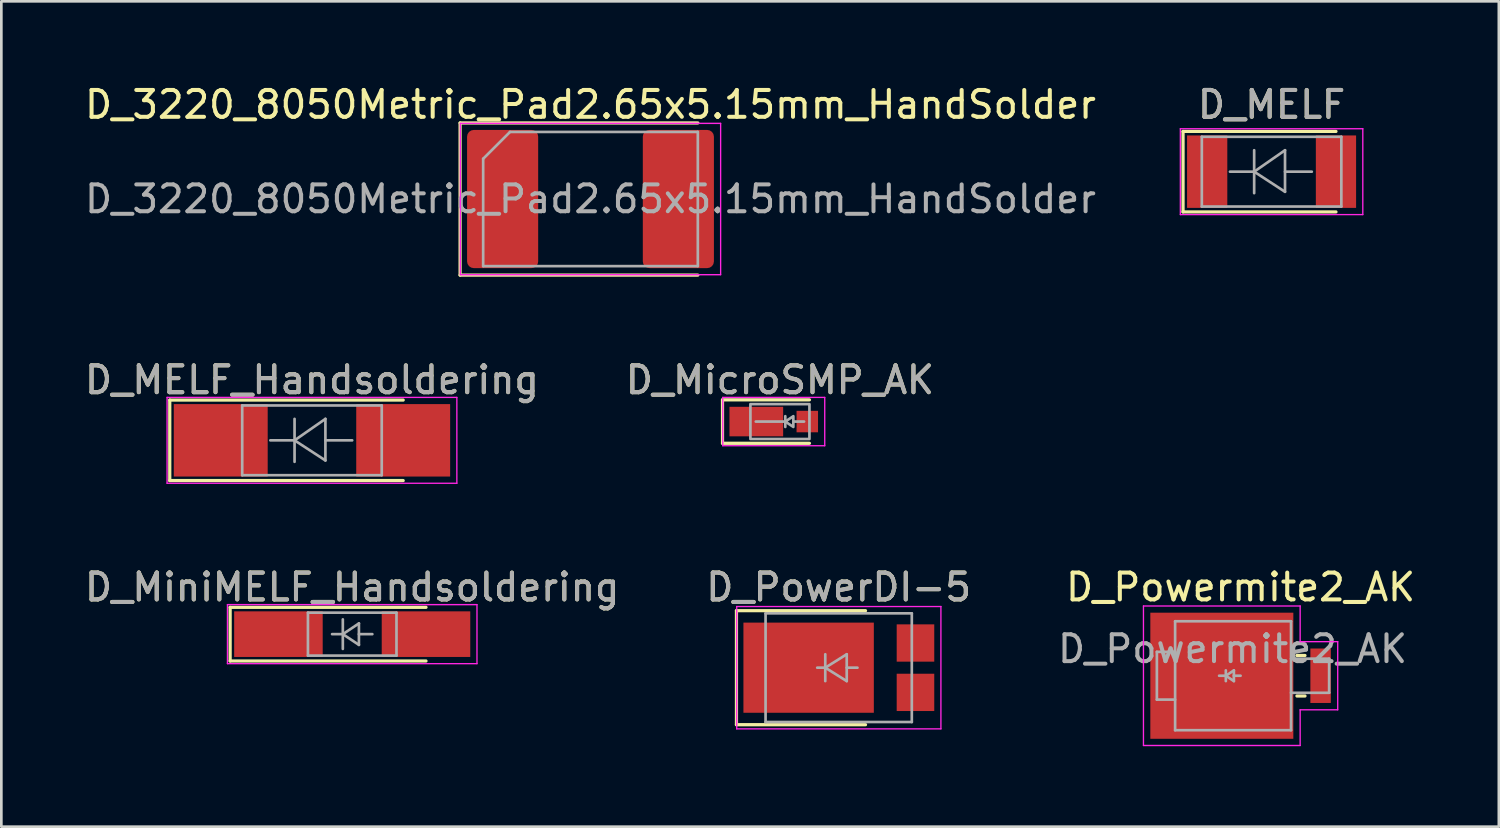
<source format=kicad_pcb>
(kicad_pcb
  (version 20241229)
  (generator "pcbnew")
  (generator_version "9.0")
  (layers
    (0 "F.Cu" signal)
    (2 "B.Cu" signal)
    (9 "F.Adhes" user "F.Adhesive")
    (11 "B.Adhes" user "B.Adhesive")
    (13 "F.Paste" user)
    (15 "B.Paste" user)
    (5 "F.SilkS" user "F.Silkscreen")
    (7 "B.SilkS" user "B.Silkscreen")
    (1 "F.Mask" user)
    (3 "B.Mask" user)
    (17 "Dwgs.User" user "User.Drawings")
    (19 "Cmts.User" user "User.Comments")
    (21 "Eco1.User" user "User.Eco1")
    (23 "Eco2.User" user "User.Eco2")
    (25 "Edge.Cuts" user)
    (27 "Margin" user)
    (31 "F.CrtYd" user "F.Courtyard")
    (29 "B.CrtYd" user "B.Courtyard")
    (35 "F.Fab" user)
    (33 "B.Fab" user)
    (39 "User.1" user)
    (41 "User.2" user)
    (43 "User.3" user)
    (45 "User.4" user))
  (footprint "D_PowerDI-5"
    (layer "F.Cu")
    (at 28.208 21.835)
    (property "Reference" "D_PowerDI-5" (at 0 -3 0) (layer "F.SilkS") (effects (font (size 1 1) (thickness 0.15))))
    (attr smd)
    (fp_line (start -3.81 2.125) (end -3.81 -2.125) (stroke (width 0.12) (type solid)) (layer "F.SilkS"))
    (fp_line (start -3.81 2.125) (end 1 2.125) (stroke (width 0.12) (type solid)) (layer "F.SilkS"))
    (fp_line (start 1 -2.125) (end -3.81 -2.125) (stroke (width 0.12) (type solid)) (layer "F.SilkS"))
    (fp_line (start -3.8 -2.28) (end 3.81 -2.28) (stroke (width 0.05) (type solid)) (layer "F.CrtYd"))
    (fp_line (start -3.8 2.28) (end -3.8 -2.28) (stroke (width 0.05) (type solid)) (layer "F.CrtYd"))
    (fp_line (start 3.81 -2.28) (end 3.81 2.28) (stroke (width 0.05) (type solid)) (layer "F.CrtYd"))
    (fp_line (start 3.81 2.28) (end -3.8 2.28) (stroke (width 0.05) (type solid)) (layer "F.CrtYd"))
    (fp_line (start -2.725 -2.025) (end 2.725 -2.025) (stroke (width 0.1) (type solid)) (layer "F.Fab"))
    (fp_line (start -2.725 2.025) (end -2.725 -2.025) (stroke (width 0.1) (type solid)) (layer "F.Fab"))
    (fp_line (start -0.8 0) (end -0.5 0) (stroke (width 0.1) (type solid)) (layer "F.Fab"))
    (fp_line (start -0.5 0) (end -0.5 -0.5) (stroke (width 0.1) (type solid)) (layer "F.Fab"))
    (fp_line (start -0.5 0) (end -0.5 0.5) (stroke (width 0.1) (type solid)) (layer "F.Fab"))
    (fp_line (start -0.5 0) (end 0.3 0.5) (stroke (width 0.1) (type solid)) (layer "F.Fab"))
    (fp_line (start 0.3 -0.5) (end -0.5 0) (stroke (width 0.1) (type solid)) (layer "F.Fab"))
    (fp_line (start 0.3 0) (end 0.7 0) (stroke (width 0.1) (type solid)) (layer "F.Fab"))
    (fp_line (start 0.3 0.5) (end 0.3 -0.5) (stroke (width 0.1) (type solid)) (layer "F.Fab"))
    (fp_line (start 2.725 -2.025) (end 2.725 2.025) (stroke (width 0.1) (type solid)) (layer "F.Fab"))
    (fp_line (start 2.725 2.025) (end -2.725 2.025) (stroke (width 0.1) (type solid)) (layer "F.Fab"))
    (fp_text user "${REFERENCE}" (at 0 -3 0) (layer "F.Fab") (effects (font (size 1 1) (thickness 0.15))))
    (pad "1" smd rect (at -1.12 0 180) (size 4.86 3.36) (layers "F.Cu" "F.Mask" "F.Paste"))
    (pad "2" smd rect (at 2.862 -0.92 180) (size 1.4 1.39) (layers "F.Cu" "F.Mask" "F.Paste"))
    (pad "2" smd rect (at 2.862 0.92 180) (size 1.4 1.39) (layers "F.Cu" "F.Mask" "F.Paste")))
  (footprint "D_MicroSMP_AK"
    (layer "F.Cu")
    (at 26.018 12.662)
    (property "Reference" "D_MicroSMP_AK" (at 0 -1.55 0) (unlocked yes) (layer "F.SilkS") (effects (font (size 1 1) (thickness 0.15))))
    (attr smd)
    (fp_line (start -2.14 -0.81) (end -2.14 0.81) (stroke (width 0.12) (type solid)) (layer "F.SilkS"))
    (fp_line (start -2.14 -0.81) (end 1.1 -0.81) (stroke (width 0.12) (type solid)) (layer "F.SilkS"))
    (fp_line (start -2.14 0.81) (end 1.1 0.81) (stroke (width 0.12) (type solid)) (layer "F.SilkS"))
    (fp_line (start -2.13 -0.9) (end -2.13 0.9) (stroke (width 0.05) (type solid)) (layer "F.CrtYd"))
    (fp_line (start -2.13 -0.9) (end 1.67 -0.9) (stroke (width 0.05) (type solid)) (layer "F.CrtYd"))
    (fp_line (start -2.13 0.9) (end 1.67 0.9) (stroke (width 0.05) (type solid)) (layer "F.CrtYd"))
    (fp_line (start 1.67 -0.9) (end 1.67 0.9) (stroke (width 0.05) (type solid)) (layer "F.CrtYd"))
    (fp_line (start 0.2 -0.2) (end 0.2 0.2) (stroke (width 0.1) (type solid)) (layer "F.Fab"))
    (fp_line (start 0.2 0) (end -0.9 0) (stroke (width 0.1) (type solid)) (layer "F.Fab"))
    (fp_line (start 0.9 0) (end 0.5 0) (stroke (width 0.1) (type solid)) (layer "F.Fab"))
    (fp_rect (start -1.1 -0.65) (end 1.1 0.65) (stroke (width 0.1) (type solid)) (fill no) (layer "F.Fab"))
    (fp_poly (pts (xy 0.5 0.2) (xy 0.2 0) (xy 0.5 -0.2)) (stroke (width 0.1) (type solid)) (fill no) (layer "F.Fab"))
    (fp_text user "${REFERENCE}" (at 0 -1.55 0) (unlocked yes) (layer "F.Fab") (effects (font (size 1 1) (thickness 0.15))))
    (pad "1" smd rect (at -0.88 0) (size 2 1.1) (layers "F.Cu" "F.Mask" "F.Paste"))
    (pad "2" smd rect (at 1.02 0) (size 0.8 0.8) (layers "F.Cu" "F.Mask" "F.Paste")))
  (footprint "D_MiniMELF_Handsoldering"
    (layer "F.Cu")
    (at 10.077 20.585)
    (property "Reference" "D_MiniMELF_Handsoldering" (at 0 -1.75 0) (layer "F.SilkS") (effects (font (size 1 1) (thickness 0.15))))
    (attr smd)
    (fp_line (start -4.55 -1) (end -4.55 1) (stroke (width 0.12) (type solid)) (layer "F.SilkS"))
    (fp_line (start -4.55 1) (end 2.75 1) (stroke (width 0.12) (type solid)) (layer "F.SilkS"))
    (fp_line (start 2.75 -1) (end -4.55 -1) (stroke (width 0.12) (type solid)) (layer "F.SilkS"))
    (fp_line (start -4.65 -1.1) (end 4.65 -1.1) (stroke (width 0.05) (type solid)) (layer "F.CrtYd"))
    (fp_line (start -4.65 1.1) (end -4.65 -1.1) (stroke (width 0.05) (type solid)) (layer "F.CrtYd"))
    (fp_line (start 4.65 -1.1) (end 4.65 1.1) (stroke (width 0.05) (type solid)) (layer "F.CrtYd"))
    (fp_line (start 4.65 1.1) (end -4.65 1.1) (stroke (width 0.05) (type solid)) (layer "F.CrtYd"))
    (fp_line (start -1.65 -0.8) (end 1.65 -0.8) (stroke (width 0.1) (type solid)) (layer "F.Fab"))
    (fp_line (start -1.65 0.8) (end -1.65 -0.8) (stroke (width 0.1) (type solid)) (layer "F.Fab"))
    (fp_line (start -0.75 0) (end -0.35 0) (stroke (width 0.1) (type solid)) (layer "F.Fab"))
    (fp_line (start -0.35 0) (end -0.35 -0.55) (stroke (width 0.1) (type solid)) (layer "F.Fab"))
    (fp_line (start -0.35 0) (end -0.35 0.55) (stroke (width 0.1) (type solid)) (layer "F.Fab"))
    (fp_line (start -0.35 0) (end 0.25 -0.4) (stroke (width 0.1) (type solid)) (layer "F.Fab"))
    (fp_line (start 0.25 -0.4) (end 0.25 0.4) (stroke (width 0.1) (type solid)) (layer "F.Fab"))
    (fp_line (start 0.25 0) (end 0.75 0) (stroke (width 0.1) (type solid)) (layer "F.Fab"))
    (fp_line (start 0.25 0.4) (end -0.35 0) (stroke (width 0.1) (type solid)) (layer "F.Fab"))
    (fp_line (start 1.65 -0.8) (end 1.65 0.8) (stroke (width 0.1) (type solid)) (layer "F.Fab"))
    (fp_line (start 1.65 0.8) (end -1.65 0.8) (stroke (width 0.1) (type solid)) (layer "F.Fab"))
    (fp_text user "${REFERENCE}" (at 0 -1.75 0) (layer "F.Fab") (effects (font (size 1 1) (thickness 0.15))))
    (pad "1" smd rect (at -2.75 0) (size 3.3 1.7) (layers "F.Cu" "F.Mask" "F.Paste"))
    (pad "2" smd rect (at 2.75 0) (size 3.3 1.7) (layers "F.Cu" "F.Mask" "F.Paste")))
  (footprint "D_Powermite2_AK"
    (layer "F.Cu")
    (at 43.187 22.135)
    (property "Reference" "D_Powermite2_AK" (at 0 -3.3 0) (layer "F.SilkS") (effects (font (size 1 1) (thickness 0.15))))
    (attr smd)
    (fp_line (start 2.4 -0.755) (end 2.1 -0.755) (stroke (width 0.12) (type solid)) (layer "F.SilkS"))
    (fp_line (start 2.4 0.755) (end 2.1 0.755) (stroke (width 0.12) (type solid)) (layer "F.SilkS"))
    (fp_line (start -3.62 -2.6) (end -3.62 2.6) (stroke (width 0.05) (type solid)) (layer "F.CrtYd"))
    (fp_line (start -3.62 2.6) (end 2.22 2.6) (stroke (width 0.05) (type solid)) (layer "F.CrtYd"))
    (fp_line (start 2.22 -2.6) (end -3.62 -2.6) (stroke (width 0.05) (type solid)) (layer "F.CrtYd"))
    (fp_line (start 2.22 -1.27) (end 2.22 -2.6) (stroke (width 0.05) (type solid)) (layer "F.CrtYd"))
    (fp_line (start 2.22 1.27) (end 3.62 1.27) (stroke (width 0.05) (type solid)) (layer "F.CrtYd"))
    (fp_line (start 2.22 2.6) (end 2.22 1.27) (stroke (width 0.05) (type solid)) (layer "F.CrtYd"))
    (fp_line (start 3.62 -1.27) (end 2.22 -1.27) (stroke (width 0.05) (type solid)) (layer "F.CrtYd"))
    (fp_line (start 3.62 1.27) (end 3.62 -1.27) (stroke (width 0.05) (type solid)) (layer "F.CrtYd"))
    (fp_line (start -3.12 -0.89) (end -2.44 -0.89) (stroke (width 0.1) (type solid)) (layer "F.Fab"))
    (fp_line (start -3.12 0.89) (end -3.12 -0.89) (stroke (width 0.1) (type solid)) (layer "F.Fab"))
    (fp_line (start -2.44 -2.03) (end -2.44 2.03) (stroke (width 0.1) (type solid)) (layer "F.Fab"))
    (fp_line (start -2.44 0.89) (end -3.12 0.89) (stroke (width 0.1) (type solid)) (layer "F.Fab"))
    (fp_line (start -2.44 2.03) (end 1.88 2.03) (stroke (width 0.1) (type solid)) (layer "F.Fab"))
    (fp_line (start -0.55 0) (end -0.8 0) (stroke (width 0.1) (type solid)) (layer "F.Fab"))
    (fp_line (start -0.55 0) (end -0.25 0.2) (stroke (width 0.1) (type solid)) (layer "F.Fab"))
    (fp_line (start -0.55 0.2) (end -0.55 -0.2) (stroke (width 0.1) (type solid)) (layer "F.Fab"))
    (fp_line (start -0.25 -0.2) (end -0.55 0) (stroke (width 0.1) (type solid)) (layer "F.Fab"))
    (fp_line (start -0.25 0) (end 0 0) (stroke (width 0.1) (type solid)) (layer "F.Fab"))
    (fp_line (start -0.25 0.2) (end -0.25 -0.2) (stroke (width 0.1) (type solid)) (layer "F.Fab"))
    (fp_line (start 1.88 -2.03) (end -2.44 -2.03) (stroke (width 0.1) (type solid)) (layer "F.Fab"))
    (fp_line (start 1.88 2.03) (end 1.88 -2.03) (stroke (width 0.1) (type solid)) (layer "F.Fab"))
    (fp_line (start 3.3 -0.635) (end 1.88 -0.635) (stroke (width 0.1) (type solid)) (layer "F.Fab"))
    (fp_line (start 3.3 0.635) (end 1.88 0.635) (stroke (width 0.1) (type solid)) (layer "F.Fab"))
    (fp_line (start 3.3 0.635) (end 3.3 -0.635) (stroke (width 0.1) (type solid)) (layer "F.Fab"))
    (fp_text user "${REFERENCE}" (at -0.3 -1 0) (layer "F.Fab") (effects (font (size 1 1) (thickness 0.15))))
    (pad "1" smd rect (at -0.699 0) (size 5.33 4.7) (layers "F.Cu" "F.Mask" "F.Paste"))
    (pad "2" smd rect (at 2.982 0) (size 0.762 2.03) (layers "F.Cu" "F.Mask" "F.Paste")))
  (footprint "D_3220_8050Metric_Pad2.65x5.15mm_HandSolder"
    (layer "F.Cu")
    (at 18.958 4.368)
    (property "Reference" "D_3220_8050Metric_Pad2.65x5.15mm_HandSolder" (at 0 -3.52 0) (layer "F.SilkS") (effects (font (size 1 1) (thickness 0.15))))
    (attr smd)
    (fp_line (start -4.86 -2.835) (end -4.86 2.835) (stroke (width 0.12) (type solid)) (layer "F.SilkS"))
    (fp_line (start -4.86 2.835) (end 4 2.835) (stroke (width 0.12) (type solid)) (layer "F.SilkS"))
    (fp_line (start 4 -2.835) (end -4.86 -2.835) (stroke (width 0.12) (type solid)) (layer "F.SilkS"))
    (fp_line (start -4.85 -2.82) (end 4.85 -2.82) (stroke (width 0.05) (type solid)) (layer "F.CrtYd"))
    (fp_line (start -4.85 2.82) (end -4.85 -2.82) (stroke (width 0.05) (type solid)) (layer "F.CrtYd"))
    (fp_line (start 4.85 -2.82) (end 4.85 2.82) (stroke (width 0.05) (type solid)) (layer "F.CrtYd"))
    (fp_line (start 4.85 2.82) (end -4.85 2.82) (stroke (width 0.05) (type solid)) (layer "F.CrtYd"))
    (fp_line (start -4 -1.5) (end -4 2.5) (stroke (width 0.1) (type solid)) (layer "F.Fab"))
    (fp_line (start -4 2.5) (end 4 2.5) (stroke (width 0.1) (type solid)) (layer "F.Fab"))
    (fp_line (start -3 -2.5) (end -4 -1.5) (stroke (width 0.1) (type solid)) (layer "F.Fab"))
    (fp_line (start 4 -2.5) (end -3 -2.5) (stroke (width 0.1) (type solid)) (layer "F.Fab"))
    (fp_line (start 4 2.5) (end 4 -2.5) (stroke (width 0.1) (type solid)) (layer "F.Fab"))
    (fp_text user "${REFERENCE}" (at 0 0 0) (layer "F.Fab") (effects (font (size 1 1) (thickness 0.15))))
    (pad "1" smd roundrect (at -3.275 0) (size 2.65 5.15) (layers "F.Cu" "F.Mask" "F.Paste") (roundrect_rratio 0.094))
    (pad "2" smd roundrect (at 3.275 0) (size 2.65 5.15) (layers "F.Cu" "F.Mask" "F.Paste") (roundrect_rratio 0.094)))
  (footprint "D_MELF_Handsoldering"
    (layer "F.Cu")
    (at 8.577 13.361)
    (property "Reference" "D_MELF_Handsoldering" (at 0 -2.25 0) (layer "F.SilkS") (effects (font (size 1 1) (thickness 0.15))))
    (attr smd)
    (fp_line (start -5.3 -1.5) (end -5.3 1.5) (stroke (width 0.12) (type solid)) (layer "F.SilkS"))
    (fp_line (start -5.3 1.5) (end 3.4 1.5) (stroke (width 0.12) (type solid)) (layer "F.SilkS"))
    (fp_line (start 3.4 -1.5) (end -5.3 -1.5) (stroke (width 0.12) (type solid)) (layer "F.SilkS"))
    (fp_line (start -5.4 -1.6) (end 5.4 -1.6) (stroke (width 0.05) (type solid)) (layer "F.CrtYd"))
    (fp_line (start -5.4 1.6) (end -5.4 -1.6) (stroke (width 0.05) (type solid)) (layer "F.CrtYd"))
    (fp_line (start 5.4 -1.6) (end 5.4 1.6) (stroke (width 0.05) (type solid)) (layer "F.CrtYd"))
    (fp_line (start 5.4 1.6) (end -5.4 1.6) (stroke (width 0.05) (type solid)) (layer "F.CrtYd"))
    (fp_line (start -2.6 -1.3) (end -2.6 1.3) (stroke (width 0.1) (type solid)) (layer "F.Fab"))
    (fp_line (start -2.6 1.3) (end 2.6 1.3) (stroke (width 0.1) (type solid)) (layer "F.Fab"))
    (fp_line (start -0.649 -0.799) (end -0.649 0.801) (stroke (width 0.1) (type solid)) (layer "F.Fab"))
    (fp_line (start -0.649 0.001) (end -1.551 0.001) (stroke (width 0.1) (type solid)) (layer "F.Fab"))
    (fp_line (start -0.649 0.001) (end 0.501 -0.799) (stroke (width 0.1) (type solid)) (layer "F.Fab"))
    (fp_line (start -0.649 0.001) (end 0.501 0.75) (stroke (width 0.1) (type solid)) (layer "F.Fab"))
    (fp_line (start 0.501 0.001) (end 1.499 0.001) (stroke (width 0.1) (type solid)) (layer "F.Fab"))
    (fp_line (start 0.501 0.75) (end 0.501 -0.799) (stroke (width 0.1) (type solid)) (layer "F.Fab"))
    (fp_line (start 2.6 -1.3) (end -2.6 -1.3) (stroke (width 0.1) (type solid)) (layer "F.Fab"))
    (fp_line (start 2.6 1.3) (end 2.6 -1.3) (stroke (width 0.1) (type solid)) (layer "F.Fab"))
    (fp_text user "${REFERENCE}" (at 0 -2.25 0) (layer "F.Fab") (effects (font (size 1 1) (thickness 0.15))))
    (pad "1" smd rect (at -3.4 0) (size 3.5 2.7) (layers "F.Cu" "F.Mask" "F.Paste"))
    (pad "2" smd rect (at 3.4 0) (size 3.5 2.7) (layers "F.Cu" "F.Mask" "F.Paste")))
  (footprint "D_MELF"
    (layer "F.Cu")
    (at 44.342 3.348)
    (property "Reference" "D_MELF" (at 0 -2.5 0) (layer "F.SilkS") (effects (font (size 1 1) (thickness 0.15))))
    (attr smd)
    (fp_line (start -3.3 -1.5) (end -3.3 1.5) (stroke (width 0.12) (type solid)) (layer "F.SilkS"))
    (fp_line (start -3.3 1.5) (end 2.4 1.5) (stroke (width 0.12) (type solid)) (layer "F.SilkS"))
    (fp_line (start 2.4 -1.5) (end -3.3 -1.5) (stroke (width 0.12) (type solid)) (layer "F.SilkS"))
    (fp_line (start -3.4 -1.6) (end 3.4 -1.6) (stroke (width 0.05) (type solid)) (layer "F.CrtYd"))
    (fp_line (start -3.4 1.6) (end -3.4 -1.6) (stroke (width 0.05) (type solid)) (layer "F.CrtYd"))
    (fp_line (start 3.4 -1.6) (end 3.4 1.6) (stroke (width 0.05) (type solid)) (layer "F.CrtYd"))
    (fp_line (start 3.4 1.6) (end -3.4 1.6) (stroke (width 0.05) (type solid)) (layer "F.CrtYd"))
    (fp_line (start -2.6 -1.3) (end -2.6 1.3) (stroke (width 0.1) (type solid)) (layer "F.Fab"))
    (fp_line (start -2.6 1.3) (end 2.6 1.3) (stroke (width 0.1) (type solid)) (layer "F.Fab"))
    (fp_line (start -0.649 -0.799) (end -0.649 0.801) (stroke (width 0.1) (type solid)) (layer "F.Fab"))
    (fp_line (start -0.649 0.001) (end -1.551 0.001) (stroke (width 0.1) (type solid)) (layer "F.Fab"))
    (fp_line (start -0.649 0.001) (end 0.501 -0.799) (stroke (width 0.1) (type solid)) (layer "F.Fab"))
    (fp_line (start -0.649 0.001) (end 0.501 0.75) (stroke (width 0.1) (type solid)) (layer "F.Fab"))
    (fp_line (start 0.501 0.001) (end 1.499 0.001) (stroke (width 0.1) (type solid)) (layer "F.Fab"))
    (fp_line (start 0.501 0.75) (end 0.501 -0.799) (stroke (width 0.1) (type solid)) (layer "F.Fab"))
    (fp_line (start 2.6 -1.3) (end -2.6 -1.3) (stroke (width 0.1) (type solid)) (layer "F.Fab"))
    (fp_line (start 2.6 1.3) (end 2.6 -1.3) (stroke (width 0.1) (type solid)) (layer "F.Fab"))
    (fp_text user "${REFERENCE}" (at 0 -2.5 0) (layer "F.Fab") (effects (font (size 1 1) (thickness 0.15))))
    (pad "1" smd rect (at -2.4 0) (size 1.5 2.7) (layers "F.Cu" "F.Mask" "F.Paste"))
    (pad "2" smd rect (at 2.4 0) (size 1.5 2.7) (layers "F.Cu" "F.Mask" "F.Paste")))
  (gr_rect
    (start -3 -3)
    (end 52.812 27.76)
    (stroke (width 0.1) (type default))
    (fill no)
    (layer "Edge.Cuts")))
</source>
